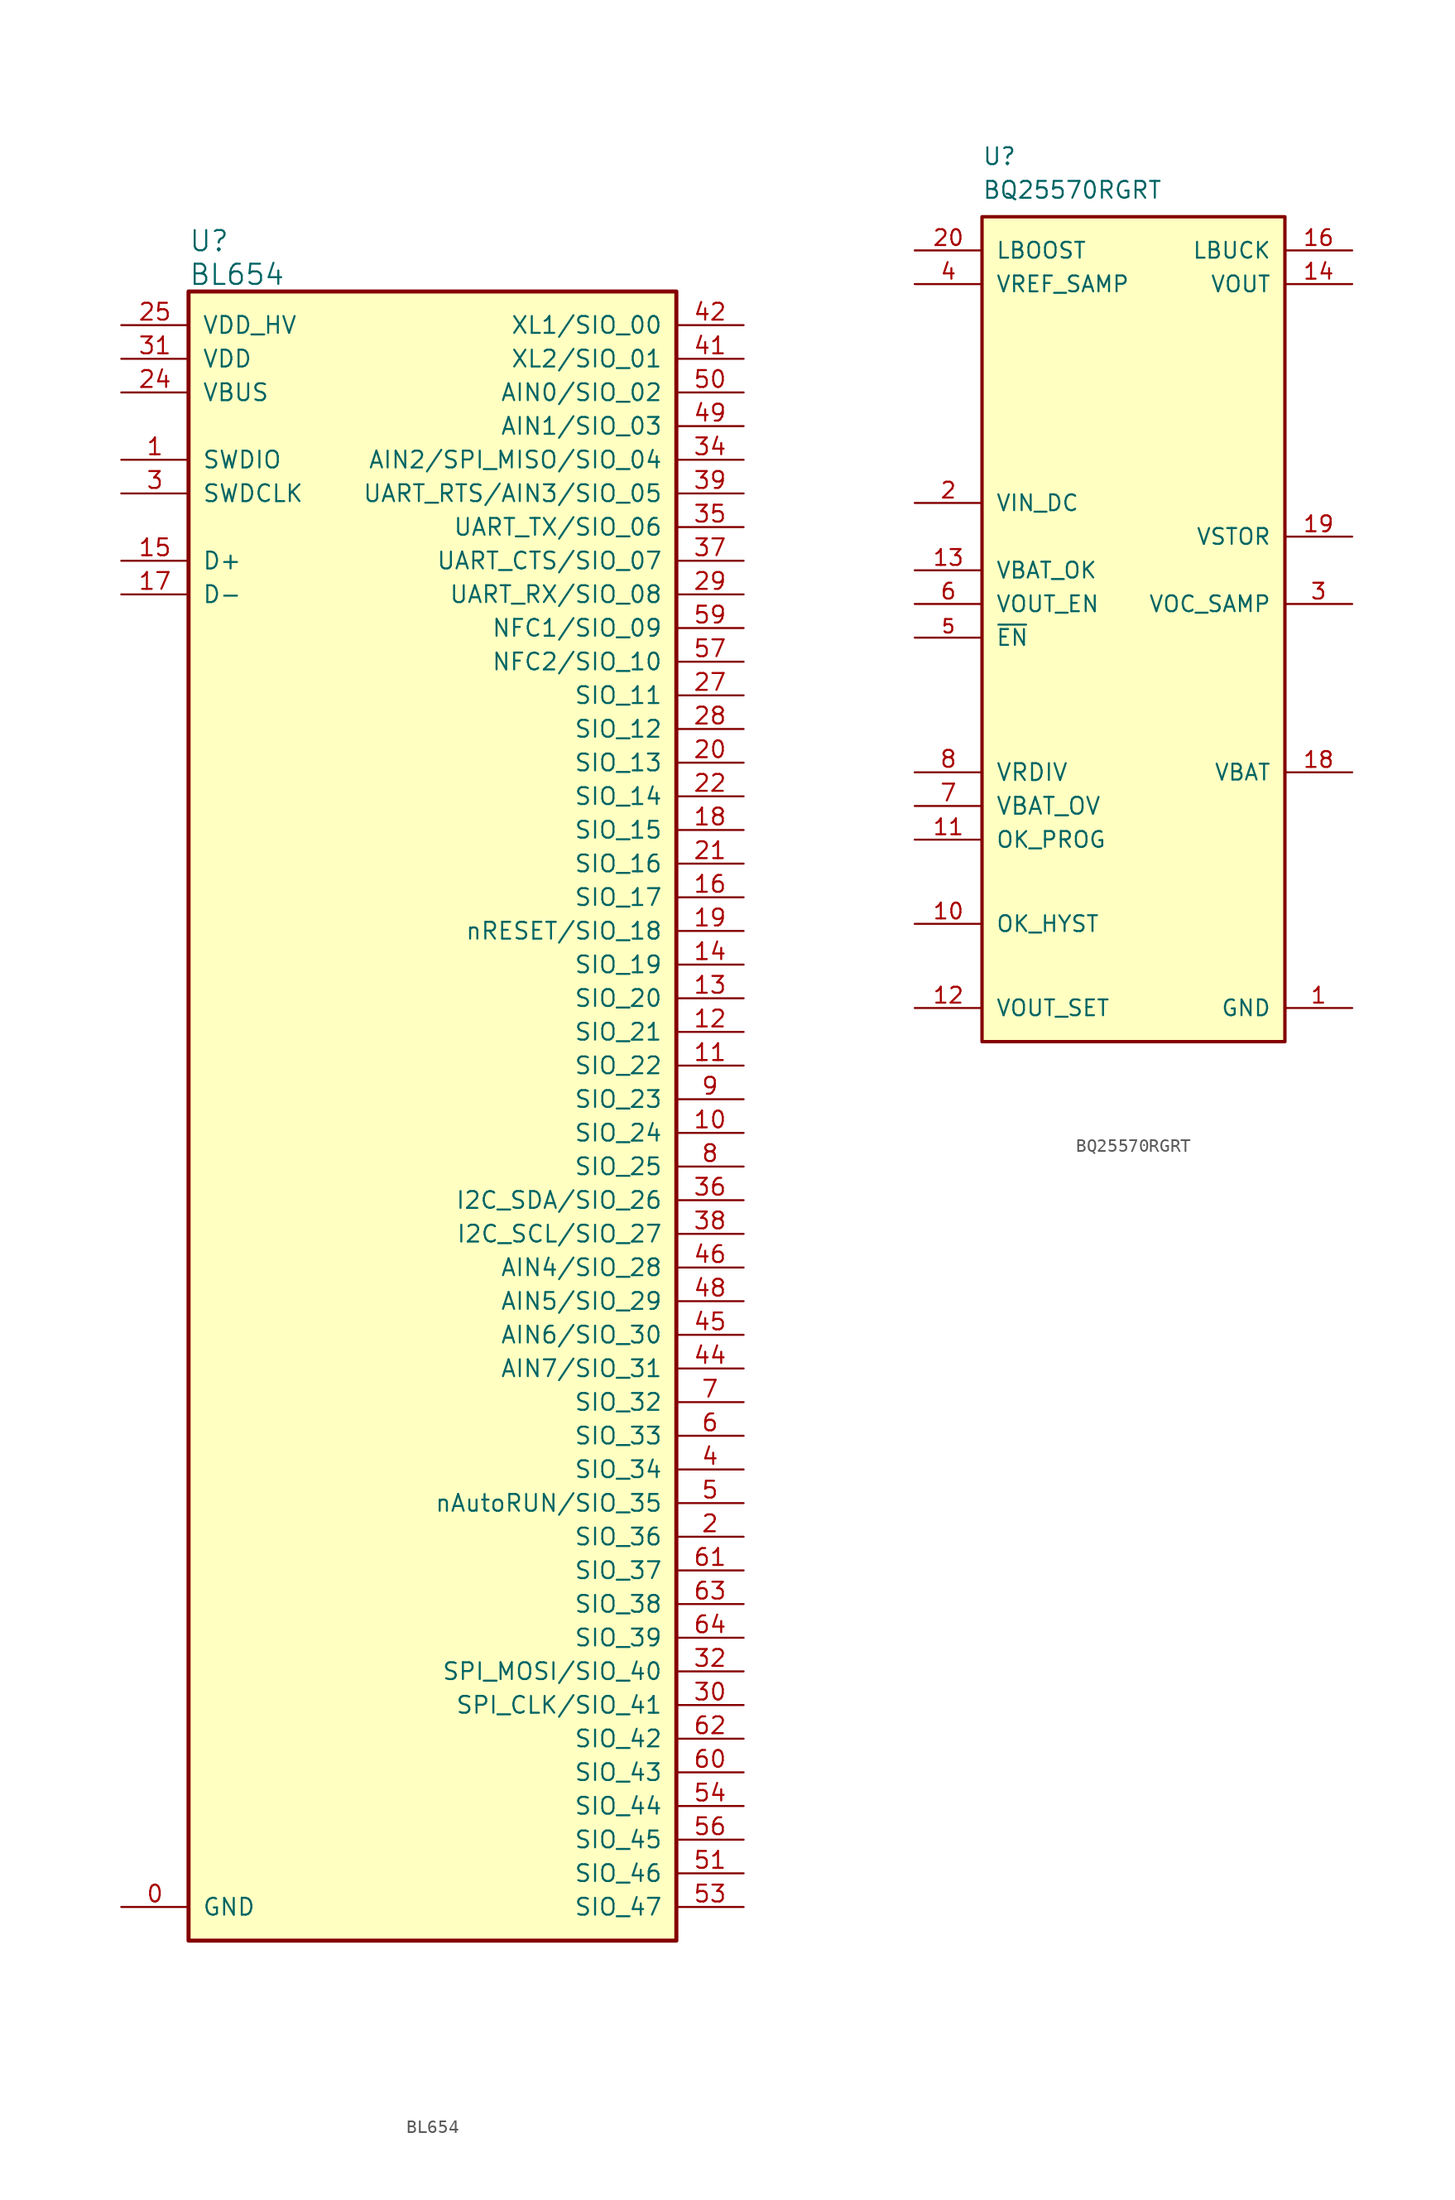
<source format=kicad_sym>
(kicad_symbol_lib
  (version 20201005)
  (generator kicad_symbol_editor)
  (symbol "goyman:BL654"
    (pin_names
      (offset 1.016))
    (property "Reference" "U"
      (at 0 3.81 0)
      (effects (font (size 1.524 1.524)) (justify left)))
    (property "Value" "BL654"
      (at 0 1.27 0)
      (effects (font (size 1.524 1.524)) (justify left)))
    (symbol "BL654_1_1"
      (rectangle (start 0 0) (end 36.83 -124.46) (stroke (width 0.305)) (fill (type background)))
      (pin bidirectional line (at -5.08 -121.92 0) (length 5.08) (name "GND" (effects (font (size 1.27 1.27)))) (number "0" (effects (font (size 1.27 1.27)))))
      (pin bidirectional line (at -5.08 -12.7 0) (length 5.08) (name "SWDIO" (effects (font (size 1.27 1.27)))) (number "1" (effects (font (size 1.27 1.27)))))
      (pin bidirectional line (at 41.91 -63.5 180) (length 5.08) (name "SIO_24" (effects (font (size 1.27 1.27)))) (number "10" (effects (font (size 1.27 1.27)))))
      (pin bidirectional line (at 41.91 -58.42 180) (length 5.08) (name "SIO_22" (effects (font (size 1.27 1.27)))) (number "11" (effects (font (size 1.27 1.27)))))
      (pin bidirectional line (at 41.91 -55.88 180) (length 5.08) (name "SIO_21" (effects (font (size 1.27 1.27)))) (number "12" (effects (font (size 1.27 1.27)))))
      (pin bidirectional line (at 41.91 -53.34 180) (length 5.08) (name "SIO_20" (effects (font (size 1.27 1.27)))) (number "13" (effects (font (size 1.27 1.27)))))
      (pin bidirectional line (at 41.91 -50.8 180) (length 5.08) (name "SIO_19" (effects (font (size 1.27 1.27)))) (number "14" (effects (font (size 1.27 1.27)))))
      (pin bidirectional line (at -5.08 -20.32 0) (length 5.08) (name "D+" (effects (font (size 1.27 1.27)))) (number "15" (effects (font (size 1.27 1.27)))))
      (pin bidirectional line (at 41.91 -45.72 180) (length 5.08) (name "SIO_17" (effects (font (size 1.27 1.27)))) (number "16" (effects (font (size 1.27 1.27)))))
      (pin bidirectional line (at -5.08 -22.86 0) (length 5.08) (name "D-" (effects (font (size 1.27 1.27)))) (number "17" (effects (font (size 1.27 1.27)))))
      (pin bidirectional line (at 41.91 -40.64 180) (length 5.08) (name "SIO_15" (effects (font (size 1.27 1.27)))) (number "18" (effects (font (size 1.27 1.27)))))
      (pin bidirectional line (at 41.91 -48.26 180) (length 5.08) (name "nRESET/SIO_18" (effects (font (size 1.27 1.27)))) (number "19" (effects (font (size 1.27 1.27)))))
      (pin bidirectional line (at 41.91 -93.98 180) (length 5.08) (name "SIO_36" (effects (font (size 1.27 1.27)))) (number "2" (effects (font (size 1.27 1.27)))))
      (pin bidirectional line (at 41.91 -35.56 180) (length 5.08) (name "SIO_13" (effects (font (size 1.27 1.27)))) (number "20" (effects (font (size 1.27 1.27)))))
      (pin bidirectional line (at 41.91 -43.18 180) (length 5.08) (name "SIO_16" (effects (font (size 1.27 1.27)))) (number "21" (effects (font (size 1.27 1.27)))))
      (pin bidirectional line (at 41.91 -38.1 180) (length 5.08) (name "SIO_14" (effects (font (size 1.27 1.27)))) (number "22" (effects (font (size 1.27 1.27)))))
      (pin bidirectional line (at -5.08 -121.92 0) (length 5.08) hide (name "GND" (effects (font (size 1.27 1.27)))) (number "23" (effects (font (size 1.27 1.27)))))
      (pin bidirectional line (at -5.08 -7.62 0) (length 5.08) (name "VBUS" (effects (font (size 1.27 1.27)))) (number "24" (effects (font (size 1.27 1.27)))))
      (pin bidirectional line (at -5.08 -2.54 0) (length 5.08) (name "VDD_HV" (effects (font (size 1.27 1.27)))) (number "25" (effects (font (size 1.27 1.27)))))
      (pin bidirectional line (at -5.08 -121.92 0) (length 5.08) hide (name "GND" (effects (font (size 1.27 1.27)))) (number "26" (effects (font (size 1.27 1.27)))))
      (pin bidirectional line (at 41.91 -30.48 180) (length 5.08) (name "SIO_11" (effects (font (size 1.27 1.27)))) (number "27" (effects (font (size 1.27 1.27)))))
      (pin bidirectional line (at 41.91 -33.02 180) (length 5.08) (name "SIO_12" (effects (font (size 1.27 1.27)))) (number "28" (effects (font (size 1.27 1.27)))))
      (pin bidirectional line (at 41.91 -22.86 180) (length 5.08) (name "UART_RX/SIO_08" (effects (font (size 1.27 1.27)))) (number "29" (effects (font (size 1.27 1.27)))))
      (pin bidirectional line (at -5.08 -15.24 0) (length 5.08) (name "SWDCLK" (effects (font (size 1.27 1.27)))) (number "3" (effects (font (size 1.27 1.27)))))
      (pin bidirectional line (at 41.91 -106.68 180) (length 5.08) (name "SPI_CLK/SIO_41" (effects (font (size 1.27 1.27)))) (number "30" (effects (font (size 1.27 1.27)))))
      (pin bidirectional line (at -5.08 -5.08 0) (length 5.08) (name "VDD" (effects (font (size 1.27 1.27)))) (number "31" (effects (font (size 1.27 1.27)))))
      (pin bidirectional line (at 41.91 -104.14 180) (length 5.08) (name "SPI_MOSI/SIO_40" (effects (font (size 1.27 1.27)))) (number "32" (effects (font (size 1.27 1.27)))))
      (pin bidirectional line (at -5.08 -121.92 0) (length 5.08) hide (name "GND" (effects (font (size 1.27 1.27)))) (number "33" (effects (font (size 1.27 1.27)))))
      (pin bidirectional line (at 41.91 -12.7 180) (length 5.08) (name "AIN2/SPI_MISO/SIO_04" (effects (font (size 1.27 1.27)))) (number "34" (effects (font (size 1.27 1.27)))))
      (pin bidirectional line (at 41.91 -17.78 180) (length 5.08) (name "UART_TX/SIO_06" (effects (font (size 1.27 1.27)))) (number "35" (effects (font (size 1.27 1.27)))))
      (pin bidirectional line (at 41.91 -68.58 180) (length 5.08) (name "I2C_SDA/SIO_26" (effects (font (size 1.27 1.27)))) (number "36" (effects (font (size 1.27 1.27)))))
      (pin bidirectional line (at 41.91 -20.32 180) (length 5.08) (name "UART_CTS/SIO_07" (effects (font (size 1.27 1.27)))) (number "37" (effects (font (size 1.27 1.27)))))
      (pin bidirectional line (at 41.91 -71.12 180) (length 5.08) (name "I2C_SCL/SIO_27" (effects (font (size 1.27 1.27)))) (number "38" (effects (font (size 1.27 1.27)))))
      (pin bidirectional line (at 41.91 -15.24 180) (length 5.08) (name "UART_RTS/AIN3/SIO_05" (effects (font (size 1.27 1.27)))) (number "39" (effects (font (size 1.27 1.27)))))
      (pin bidirectional line (at 41.91 -88.9 180) (length 5.08) (name "SIO_34" (effects (font (size 1.27 1.27)))) (number "4" (effects (font (size 1.27 1.27)))))
      (pin bidirectional line (at -5.08 -121.92 0) (length 5.08) hide (name "GND" (effects (font (size 1.27 1.27)))) (number "40" (effects (font (size 1.27 1.27)))))
      (pin bidirectional line (at 41.91 -5.08 180) (length 5.08) (name "XL2/SIO_01" (effects (font (size 1.27 1.27)))) (number "41" (effects (font (size 1.27 1.27)))))
      (pin bidirectional line (at 41.91 -2.54 180) (length 5.08) (name "XL1/SIO_00" (effects (font (size 1.27 1.27)))) (number "42" (effects (font (size 1.27 1.27)))))
      (pin bidirectional line (at -5.08 -121.92 0) (length 5.08) hide (name "GND" (effects (font (size 1.27 1.27)))) (number "43" (effects (font (size 1.27 1.27)))))
      (pin bidirectional line (at 41.91 -81.28 180) (length 5.08) (name "AIN7/SIO_31" (effects (font (size 1.27 1.27)))) (number "44" (effects (font (size 1.27 1.27)))))
      (pin bidirectional line (at 41.91 -78.74 180) (length 5.08) (name "AIN6/SIO_30" (effects (font (size 1.27 1.27)))) (number "45" (effects (font (size 1.27 1.27)))))
      (pin bidirectional line (at 41.91 -73.66 180) (length 5.08) (name "AIN4/SIO_28" (effects (font (size 1.27 1.27)))) (number "46" (effects (font (size 1.27 1.27)))))
      (pin bidirectional line (at -5.08 -121.92 0) (length 5.08) hide (name "GND" (effects (font (size 1.27 1.27)))) (number "47" (effects (font (size 1.27 1.27)))))
      (pin bidirectional line (at 41.91 -76.2 180) (length 5.08) (name "AIN5/SIO_29" (effects (font (size 1.27 1.27)))) (number "48" (effects (font (size 1.27 1.27)))))
      (pin bidirectional line (at 41.91 -10.16 180) (length 5.08) (name "AIN1/SIO_03" (effects (font (size 1.27 1.27)))) (number "49" (effects (font (size 1.27 1.27)))))
      (pin bidirectional line (at 41.91 -91.44 180) (length 5.08) (name "nAutoRUN/SIO_35" (effects (font (size 1.27 1.27)))) (number "5" (effects (font (size 1.27 1.27)))))
      (pin bidirectional line (at 41.91 -7.62 180) (length 5.08) (name "AIN0/SIO_02" (effects (font (size 1.27 1.27)))) (number "50" (effects (font (size 1.27 1.27)))))
      (pin bidirectional line (at 41.91 -119.38 180) (length 5.08) (name "SIO_46" (effects (font (size 1.27 1.27)))) (number "51" (effects (font (size 1.27 1.27)))))
      (pin bidirectional line (at -5.08 -121.92 0) (length 5.08) hide (name "GND" (effects (font (size 1.27 1.27)))) (number "52" (effects (font (size 1.27 1.27)))))
      (pin bidirectional line (at 41.91 -121.92 180) (length 5.08) (name "SIO_47" (effects (font (size 1.27 1.27)))) (number "53" (effects (font (size 1.27 1.27)))))
      (pin bidirectional line (at 41.91 -114.3 180) (length 5.08) (name "SIO_44" (effects (font (size 1.27 1.27)))) (number "54" (effects (font (size 1.27 1.27)))))
      (pin bidirectional line (at -5.08 -121.92 0) (length 5.08) hide (name "GND" (effects (font (size 1.27 1.27)))) (number "55" (effects (font (size 1.27 1.27)))))
      (pin bidirectional line (at 41.91 -116.84 180) (length 5.08) (name "SIO_45" (effects (font (size 1.27 1.27)))) (number "56" (effects (font (size 1.27 1.27)))))
      (pin bidirectional line (at 41.91 -27.94 180) (length 5.08) (name "NFC2/SIO_10" (effects (font (size 1.27 1.27)))) (number "57" (effects (font (size 1.27 1.27)))))
      (pin bidirectional line (at -5.08 -121.92 0) (length 5.08) hide (name "GND" (effects (font (size 1.27 1.27)))) (number "58" (effects (font (size 1.27 1.27)))))
      (pin bidirectional line (at 41.91 -25.4 180) (length 5.08) (name "NFC1/SIO_09" (effects (font (size 1.27 1.27)))) (number "59" (effects (font (size 1.27 1.27)))))
      (pin bidirectional line (at 41.91 -86.36 180) (length 5.08) (name "SIO_33" (effects (font (size 1.27 1.27)))) (number "6" (effects (font (size 1.27 1.27)))))
      (pin bidirectional line (at 41.91 -111.76 180) (length 5.08) (name "SIO_43" (effects (font (size 1.27 1.27)))) (number "60" (effects (font (size 1.27 1.27)))))
      (pin bidirectional line (at 41.91 -96.52 180) (length 5.08) (name "SIO_37" (effects (font (size 1.27 1.27)))) (number "61" (effects (font (size 1.27 1.27)))))
      (pin bidirectional line (at 41.91 -109.22 180) (length 5.08) (name "SIO_42" (effects (font (size 1.27 1.27)))) (number "62" (effects (font (size 1.27 1.27)))))
      (pin bidirectional line (at 41.91 -99.06 180) (length 5.08) (name "SIO_38" (effects (font (size 1.27 1.27)))) (number "63" (effects (font (size 1.27 1.27)))))
      (pin bidirectional line (at 41.91 -101.6 180) (length 5.08) (name "SIO_39" (effects (font (size 1.27 1.27)))) (number "64" (effects (font (size 1.27 1.27)))))
      (pin bidirectional line (at -5.08 -121.92 0) (length 5.08) hide (name "GND" (effects (font (size 1.27 1.27)))) (number "65" (effects (font (size 1.27 1.27)))))
      (pin bidirectional line (at -5.08 -121.92 0) (length 5.08) hide (name "GND" (effects (font (size 1.27 1.27)))) (number "66" (effects (font (size 1.27 1.27)))))
      (pin bidirectional line (at -5.08 -121.92 0) (length 5.08) hide (name "GND" (effects (font (size 1.27 1.27)))) (number "67" (effects (font (size 1.27 1.27)))))
      (pin bidirectional line (at -5.08 -121.92 0) (length 5.08) hide (name "GND" (effects (font (size 1.27 1.27)))) (number "68" (effects (font (size 1.27 1.27)))))
      (pin bidirectional line (at -5.08 -121.92 0) (length 5.08) hide (name "GND" (effects (font (size 1.27 1.27)))) (number "69" (effects (font (size 1.27 1.27)))))
      (pin bidirectional line (at 41.91 -83.82 180) (length 5.08) (name "SIO_32" (effects (font (size 1.27 1.27)))) (number "7" (effects (font (size 1.27 1.27)))))
      (pin bidirectional line (at -5.08 -121.92 0) (length 5.08) hide (name "GND" (effects (font (size 1.27 1.27)))) (number "70" (effects (font (size 1.27 1.27)))))
      (pin bidirectional line (at -5.08 -121.92 0) (length 5.08) hide (name "GND" (effects (font (size 1.27 1.27)))) (number "71" (effects (font (size 1.27 1.27)))))
      (pin bidirectional line (at 41.91 -66.04 180) (length 5.08) (name "SIO_25" (effects (font (size 1.27 1.27)))) (number "8" (effects (font (size 1.27 1.27)))))
      (pin bidirectional line (at 41.91 -60.96 180) (length 5.08) (name "SIO_23" (effects (font (size 1.27 1.27)))) (number "9" (effects (font (size 1.27 1.27)))))))
  (symbol "goyman:BQ25570RGRT"
    (pin_names
      (offset 1.016))
    (property "Reference" "U"
      (at 0 3.81 0)
      (effects (font (size 1.27 1.27)) (justify left bottom)))
    (property "Value" "BQ25570RGRT"
      (at 0 1.27 0)
      (effects (font (size 1.27 1.27)) (justify left bottom)))
    (property "ki_locked" ""
      (at 0 0 0)
      (effects (font (size 1.27 1.27))))
    (symbol "BQ25570RGRT_0_0"
      (pin power_in line (at 27.94 -59.69 180) (length 5.08) (name "GND" (effects (font (size 1.194 1.194)))) (number "1" (effects (font (size 1.194 1.194)))))
      (pin input line (at -5.08 -53.34 0) (length 5.08) (name "OK_HYST" (effects (font (size 1.194 1.194)))) (number "10" (effects (font (size 1.194 1.194)))))
      (pin input line (at -5.08 -46.99 0) (length 5.08) (name "OK_PROG" (effects (font (size 1.194 1.194)))) (number "11" (effects (font (size 1.194 1.194)))))
      (pin input line (at -5.08 -59.69 0) (length 5.08) (name "VOUT_SET" (effects (font (size 1.194 1.194)))) (number "12" (effects (font (size 1.194 1.194)))))
      (pin output line (at -5.08 -26.67 0) (length 5.08) (name "VBAT_OK" (effects (font (size 1.194 1.194)))) (number "13" (effects (font (size 1.194 1.194)))))
      (pin output line (at 27.94 -5.08 180) (length 5.08) (name "VOUT" (effects (font (size 1.194 1.194)))) (number "14" (effects (font (size 1.194 1.194)))))
      (pin power_in line (at 27.94 -59.69 180) (length 5.08) hide (name "GND" (effects (font (size 1.194 1.194)))) (number "15" (effects (font (size 1.194 1.194)))))
      (pin bidirectional line (at 27.94 -2.54 180) (length 5.08) (name "LBUCK" (effects (font (size 1.194 1.194)))) (number "16" (effects (font (size 1.194 1.194)))))
      (pin unconnected line (at 27.94 -59.69 180) (length 5.08) hide (name "NC" (effects (font (size 1.194 1.194)))) (number "17" (effects (font (size 1.194 1.194)))))
      (pin bidirectional line (at 27.94 -41.91 180) (length 5.08) (name "VBAT" (effects (font (size 1.194 1.194)))) (number "18" (effects (font (size 1.194 1.194)))))
      (pin output line (at 27.94 -24.13 180) (length 5.08) (name "VSTOR" (effects (font (size 1.194 1.194)))) (number "19" (effects (font (size 1.194 1.194)))))
      (pin power_in line (at -5.08 -21.59 0) (length 5.08) (name "VIN_DC" (effects (font (size 1.194 1.194)))) (number "2" (effects (font (size 1.194 1.194)))))
      (pin input line (at -5.08 -2.54 0) (length 5.08) (name "LBOOST" (effects (font (size 1.194 1.194)))) (number "20" (effects (font (size 1.194 1.194)))))
      (pin power_in line (at 27.94 -59.69 180) (length 5.08) hide (name "GND" (effects (font (size 1.194 1.194)))) (number "21" (effects (font (size 1.194 1.194)))))
      (pin input line (at -5.08 -5.08 0) (length 5.08) (name "VREF_SAMP" (effects (font (size 1.194 1.194)))) (number "4" (effects (font (size 1.194 1.194)))))
      (pin input line (at -5.08 -31.75 0) (length 5.08) (name "~EN~" (effects (font (size 1.194 1.194)))) (number "5" (effects (font (size 1.016 1.016)))))
      (pin input line (at -5.08 -29.21 0) (length 5.08) (name "VOUT_EN" (effects (font (size 1.194 1.194)))) (number "6" (effects (font (size 1.194 1.194)))))
      (pin input line (at -5.08 -44.45 0) (length 5.08) (name "VBAT_OV" (effects (font (size 1.27 1.27)))) (number "7" (effects (font (size 1.27 1.27)))))
      (pin output line (at -5.08 -41.91 0) (length 5.08) (name "VRDIV" (effects (font (size 1.27 1.27)))) (number "8" (effects (font (size 1.27 1.27)))))
      (pin unconnected line (at 27.94 -59.69 180) (length 5.08) hide (name "NC" (effects (font (size 1.194 1.194)))) (number "9" (effects (font (size 1.194 1.194))))))
    (symbol "BQ25570RGRT_1_0"
      (rectangle (start 22.86 0) (end 0 -62.23) (stroke (width 0.254)) (fill (type background)))
      (pin input line (at 27.94 -29.21 180) (length 5.08) (name "VOC_SAMP" (effects (font (size 1.194 1.194)))) (number "3" (effects (font (size 1.194 1.194))))))))
</source>
